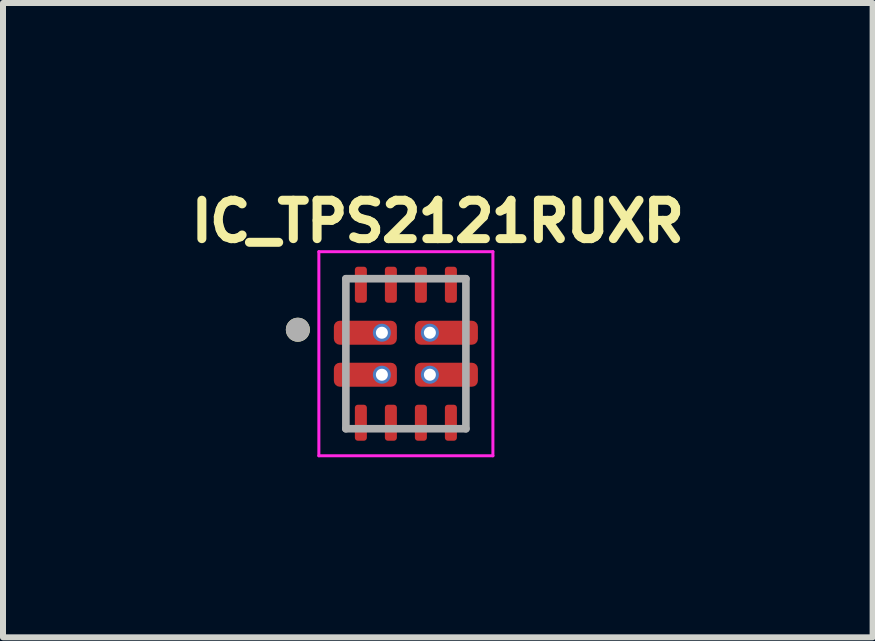
<source format=kicad_pcb>
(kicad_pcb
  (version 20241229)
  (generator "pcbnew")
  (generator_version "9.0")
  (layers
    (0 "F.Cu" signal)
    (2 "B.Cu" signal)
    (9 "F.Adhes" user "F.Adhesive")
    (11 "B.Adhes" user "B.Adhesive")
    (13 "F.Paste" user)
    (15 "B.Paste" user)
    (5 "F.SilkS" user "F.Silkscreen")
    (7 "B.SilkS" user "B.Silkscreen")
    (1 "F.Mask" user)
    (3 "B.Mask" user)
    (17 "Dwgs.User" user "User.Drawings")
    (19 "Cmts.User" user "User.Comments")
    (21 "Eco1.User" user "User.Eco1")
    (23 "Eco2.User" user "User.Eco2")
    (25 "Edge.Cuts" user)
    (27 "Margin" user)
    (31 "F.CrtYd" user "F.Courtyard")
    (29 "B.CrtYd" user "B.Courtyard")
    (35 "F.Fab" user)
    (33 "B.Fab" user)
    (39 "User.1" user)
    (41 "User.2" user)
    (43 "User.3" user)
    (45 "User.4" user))
  (footprint "IC_TPS2121RUXR"
    (layer "F.Cu")
    (at 3.713 2.844)
    (property "Reference" "IC_TPS2121RUXR" (at 0.532 -2.206 0) (layer "F.SilkS") (effects (font (size 0.64 0.64) (thickness 0.15))))
    (attr smd)
    (fp_poly (pts (xy -1.25 -0.6) (xy -0.1 -0.6) (xy -0.1 -0.1) (xy -1.25 -0.1)) (stroke (width 0.01) (type solid)) (fill yes) (layer "F.Mask"))
    (fp_poly (pts (xy -1.25 0.1) (xy -0.1 0.1) (xy -0.1 0.6) (xy -1.25 0.6)) (stroke (width 0.01) (type solid)) (fill yes) (layer "F.Mask"))
    (fp_poly (pts (xy -0.9 -1.5) (xy -0.6 -1.5) (xy -0.6 -0.8) (xy -0.9 -0.8)) (stroke (width 0.01) (type solid)) (fill yes) (layer "F.Mask"))
    (fp_poly (pts (xy -0.9 0.8) (xy -0.6 0.8) (xy -0.6 1.5) (xy -0.9 1.5)) (stroke (width 0.01) (type solid)) (fill yes) (layer "F.Mask"))
    (fp_poly (pts (xy -0.4 -1.5) (xy -0.1 -1.5) (xy -0.1 -0.8) (xy -0.4 -0.8)) (stroke (width 0.01) (type solid)) (fill yes) (layer "F.Mask"))
    (fp_poly (pts (xy -0.4 0.8) (xy -0.1 0.8) (xy -0.1 1.5) (xy -0.4 1.5)) (stroke (width 0.01) (type solid)) (fill yes) (layer "F.Mask"))
    (fp_poly (pts (xy 0.1 -1.5) (xy 0.4 -1.5) (xy 0.4 -0.8) (xy 0.1 -0.8)) (stroke (width 0.01) (type solid)) (fill yes) (layer "F.Mask"))
    (fp_poly (pts (xy 0.1 -0.6) (xy 1.25 -0.6) (xy 1.25 -0.1) (xy 0.1 -0.1)) (stroke (width 0.01) (type solid)) (fill yes) (layer "F.Mask"))
    (fp_poly (pts (xy 0.1 0.1) (xy 1.25 0.1) (xy 1.25 0.6) (xy 0.1 0.6)) (stroke (width 0.01) (type solid)) (fill yes) (layer "F.Mask"))
    (fp_poly (pts (xy 0.1 0.8) (xy 0.4 0.8) (xy 0.4 1.5) (xy 0.1 1.5)) (stroke (width 0.01) (type solid)) (fill yes) (layer "F.Mask"))
    (fp_poly (pts (xy 0.6 -1.5) (xy 0.9 -1.5) (xy 0.9 -0.8) (xy 0.6 -0.8)) (stroke (width 0.01) (type solid)) (fill yes) (layer "F.Mask"))
    (fp_poly (pts (xy 0.6 0.8) (xy 0.9 0.8) (xy 0.9 1.5) (xy 0.6 1.5)) (stroke (width 0.01) (type solid)) (fill yes) (layer "F.Mask"))
    (fp_circle (center -1.8 -0.4) (end -1.7 -0.4) (stroke (width 0.2) (type solid)) (fill no) (layer "F.SilkS"))
    (fp_line (start -1.45 -1.7) (end 1.45 -1.7) (stroke (width 0.05) (type solid)) (layer "F.CrtYd"))
    (fp_line (start -1.45 1.7) (end -1.45 -1.7) (stroke (width 0.05) (type solid)) (layer "F.CrtYd"))
    (fp_line (start 1.45 -1.7) (end 1.45 1.7) (stroke (width 0.05) (type solid)) (layer "F.CrtYd"))
    (fp_line (start 1.45 1.7) (end -1.45 1.7) (stroke (width 0.05) (type solid)) (layer "F.CrtYd"))
    (fp_line (start -1 -1.25) (end 1 -1.25) (stroke (width 0.127) (type solid)) (layer "F.Fab"))
    (fp_line (start -1 1.25) (end -1 -1.25) (stroke (width 0.127) (type solid)) (layer "F.Fab"))
    (fp_line (start 1 -1.25) (end 1 1.25) (stroke (width 0.127) (type solid)) (layer "F.Fab"))
    (fp_line (start 1 1.25) (end -1 1.25) (stroke (width 0.127) (type solid)) (layer "F.Fab"))
    (fp_circle (center -1.8 -0.4) (end -1.7 -0.4) (stroke (width 0.2) (type solid)) (fill no) (layer "F.Fab"))
    (pad "1" smd roundrect (at -0.675 -0.35) (size 1.05 0.4) (layers "F.Cu" "F.Paste") (roundrect_rratio 0.25))
    (pad "1_1" thru_hole circle (at -0.4 -0.35) (size 0.3 0.3) (drill 0.2) (layers "*.Cu"))
    (pad "2" smd roundrect (at -0.675 0.35) (size 1.05 0.4) (layers "F.Cu" "F.Paste") (roundrect_rratio 0.25))
    (pad "2_1" thru_hole circle (at -0.4 0.35) (size 0.3 0.3) (drill 0.2) (layers "*.Cu"))
    (pad "3" smd roundrect (at -0.75 1.15) (size 0.2 0.6) (layers "F.Cu" "F.Paste") (roundrect_rratio 0.25))
    (pad "4" smd roundrect (at -0.25 1.15) (size 0.2 0.6) (layers "F.Cu" "F.Paste") (roundrect_rratio 0.25))
    (pad "5" smd roundrect (at 0.25 1.15) (size 0.2 0.6) (layers "F.Cu" "F.Paste") (roundrect_rratio 0.25))
    (pad "6" smd roundrect (at 0.75 1.15) (size 0.2 0.6) (layers "F.Cu" "F.Paste") (roundrect_rratio 0.25))
    (pad "7" smd roundrect (at 0.675 0.35) (size 1.05 0.4) (layers "F.Cu" "F.Paste") (roundrect_rratio 0.25))
    (pad "7_1" thru_hole circle (at 0.4 0.35) (size 0.3 0.3) (drill 0.2) (layers "*.Cu"))
    (pad "8" smd roundrect (at 0.675 -0.35) (size 1.05 0.4) (layers "F.Cu" "F.Paste") (roundrect_rratio 0.25))
    (pad "8_1" thru_hole circle (at 0.4 -0.35) (size 0.3 0.3) (drill 0.2) (layers "*.Cu"))
    (pad "9" smd roundrect (at 0.75 -1.15) (size 0.2 0.6) (layers "F.Cu" "F.Paste") (roundrect_rratio 0.25))
    (pad "10" smd roundrect (at 0.25 -1.15) (size 0.2 0.6) (layers "F.Cu" "F.Paste") (roundrect_rratio 0.25))
    (pad "11" smd roundrect (at -0.25 -1.15) (size 0.2 0.6) (layers "F.Cu" "F.Paste") (roundrect_rratio 0.25))
    (pad "12" smd roundrect (at -0.75 -1.15) (size 0.2 0.6) (layers "F.Cu" "F.Paste") (roundrect_rratio 0.25)))
  (gr_rect
    (start -3 -3)
    (end 11.49 7.569)
    (stroke (width 0.1) (type default))
    (fill no)
    (layer "Edge.Cuts")))
</source>
